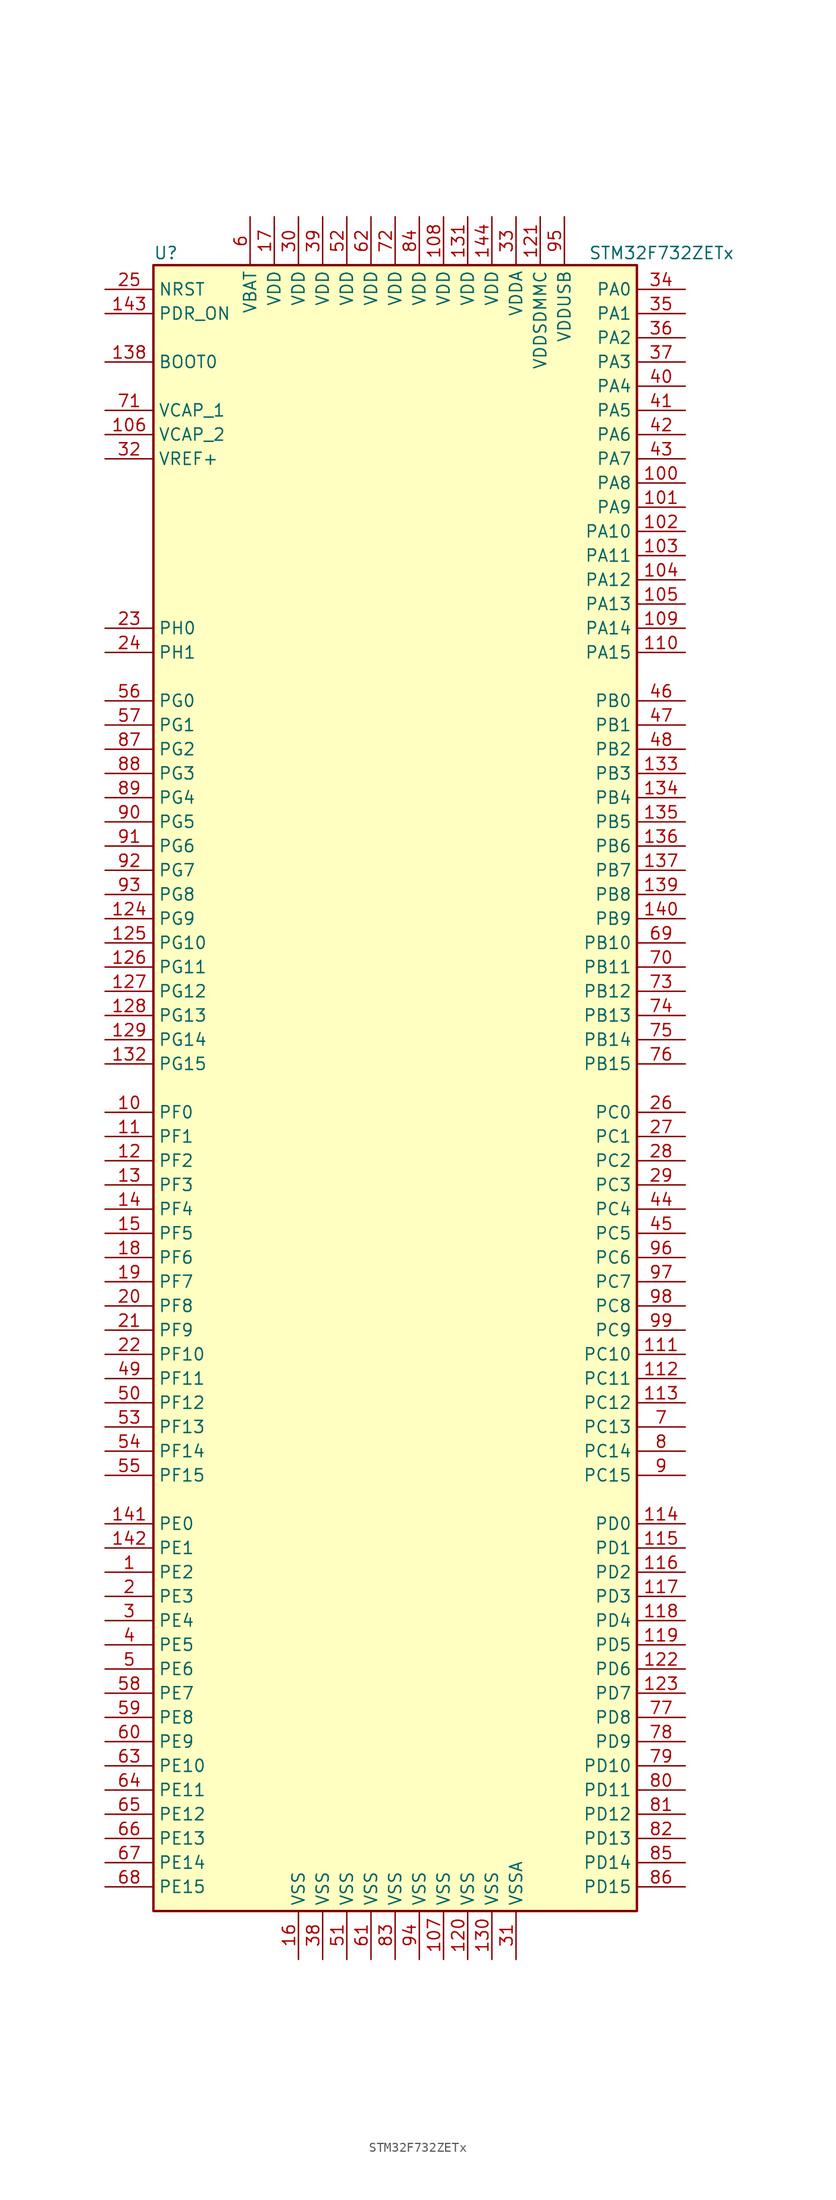
<source format=kicad_sym>
(kicad_symbol_lib
  (version 20220914)
  (generator kicad_symbol_editor)
  (symbol "STM32F732ZETx"
    (property "Reference" "U"
      (at -25.4 87.63 0)
      (effects (font (size 1.27 1.27)) (justify left)))
    (property "Value" "STM32F732ZETx"
      (at 20.32 87.63 0)
      (effects (font (size 1.27 1.27)) (justify left)))
    (symbol "STM32F732ZETx_0_1"
      (rectangle (start -25.4 -86.36) (end 25.4 86.36) (stroke (width 0.254) (type default)) (fill (type background))))
    (symbol "STM32F732ZETx_1_1"
      (pin bidirectional line (at -30.48 -50.8 0) (length 5.08) (name "PE2" (effects (font (size 1.27 1.27)))) (number "1" (effects (font (size 1.27 1.27)))))
      (pin bidirectional line (at -30.48 -2.54 0) (length 5.08) (name "PF0" (effects (font (size 1.27 1.27)))) (number "10" (effects (font (size 1.27 1.27)))))
      (pin bidirectional line (at 30.48 63.5 180) (length 5.08) (name "PA8" (effects (font (size 1.27 1.27)))) (number "100" (effects (font (size 1.27 1.27)))))
      (pin bidirectional line (at 30.48 60.96 180) (length 5.08) (name "PA9" (effects (font (size 1.27 1.27)))) (number "101" (effects (font (size 1.27 1.27)))))
      (pin bidirectional line (at 30.48 58.42 180) (length 5.08) (name "PA10" (effects (font (size 1.27 1.27)))) (number "102" (effects (font (size 1.27 1.27)))))
      (pin bidirectional line (at 30.48 55.88 180) (length 5.08) (name "PA11" (effects (font (size 1.27 1.27)))) (number "103" (effects (font (size 1.27 1.27)))))
      (pin bidirectional line (at 30.48 53.34 180) (length 5.08) (name "PA12" (effects (font (size 1.27 1.27)))) (number "104" (effects (font (size 1.27 1.27)))))
      (pin bidirectional line (at 30.48 50.8 180) (length 5.08) (name "PA13" (effects (font (size 1.27 1.27)))) (number "105" (effects (font (size 1.27 1.27)))))
      (pin power_in line (at -30.48 68.58 0) (length 5.08) (name "VCAP_2" (effects (font (size 1.27 1.27)))) (number "106" (effects (font (size 1.27 1.27)))))
      (pin power_in line (at 5.08 -91.44 90) (length 5.08) (name "VSS" (effects (font (size 1.27 1.27)))) (number "107" (effects (font (size 1.27 1.27)))))
      (pin power_in line (at 5.08 91.44 270) (length 5.08) (name "VDD" (effects (font (size 1.27 1.27)))) (number "108" (effects (font (size 1.27 1.27)))))
      (pin bidirectional line (at 30.48 48.26 180) (length 5.08) (name "PA14" (effects (font (size 1.27 1.27)))) (number "109" (effects (font (size 1.27 1.27)))))
      (pin bidirectional line (at -30.48 -5.08 0) (length 5.08) (name "PF1" (effects (font (size 1.27 1.27)))) (number "11" (effects (font (size 1.27 1.27)))))
      (pin bidirectional line (at 30.48 45.72 180) (length 5.08) (name "PA15" (effects (font (size 1.27 1.27)))) (number "110" (effects (font (size 1.27 1.27)))))
      (pin bidirectional line (at 30.48 -27.94 180) (length 5.08) (name "PC10" (effects (font (size 1.27 1.27)))) (number "111" (effects (font (size 1.27 1.27)))))
      (pin bidirectional line (at 30.48 -30.48 180) (length 5.08) (name "PC11" (effects (font (size 1.27 1.27)))) (number "112" (effects (font (size 1.27 1.27)))))
      (pin bidirectional line (at 30.48 -33.02 180) (length 5.08) (name "PC12" (effects (font (size 1.27 1.27)))) (number "113" (effects (font (size 1.27 1.27)))))
      (pin bidirectional line (at 30.48 -45.72 180) (length 5.08) (name "PD0" (effects (font (size 1.27 1.27)))) (number "114" (effects (font (size 1.27 1.27)))))
      (pin bidirectional line (at 30.48 -48.26 180) (length 5.08) (name "PD1" (effects (font (size 1.27 1.27)))) (number "115" (effects (font (size 1.27 1.27)))))
      (pin bidirectional line (at 30.48 -50.8 180) (length 5.08) (name "PD2" (effects (font (size 1.27 1.27)))) (number "116" (effects (font (size 1.27 1.27)))))
      (pin bidirectional line (at 30.48 -53.34 180) (length 5.08) (name "PD3" (effects (font (size 1.27 1.27)))) (number "117" (effects (font (size 1.27 1.27)))))
      (pin bidirectional line (at 30.48 -55.88 180) (length 5.08) (name "PD4" (effects (font (size 1.27 1.27)))) (number "118" (effects (font (size 1.27 1.27)))))
      (pin bidirectional line (at 30.48 -58.42 180) (length 5.08) (name "PD5" (effects (font (size 1.27 1.27)))) (number "119" (effects (font (size 1.27 1.27)))))
      (pin bidirectional line (at -30.48 -7.62 0) (length 5.08) (name "PF2" (effects (font (size 1.27 1.27)))) (number "12" (effects (font (size 1.27 1.27)))))
      (pin power_in line (at 7.62 -91.44 90) (length 5.08) (name "VSS" (effects (font (size 1.27 1.27)))) (number "120" (effects (font (size 1.27 1.27)))))
      (pin power_in line (at 15.24 91.44 270) (length 5.08) (name "VDDSDMMC" (effects (font (size 1.27 1.27)))) (number "121" (effects (font (size 1.27 1.27)))))
      (pin bidirectional line (at 30.48 -60.96 180) (length 5.08) (name "PD6" (effects (font (size 1.27 1.27)))) (number "122" (effects (font (size 1.27 1.27)))))
      (pin bidirectional line (at 30.48 -63.5 180) (length 5.08) (name "PD7" (effects (font (size 1.27 1.27)))) (number "123" (effects (font (size 1.27 1.27)))))
      (pin bidirectional line (at -30.48 17.78 0) (length 5.08) (name "PG9" (effects (font (size 1.27 1.27)))) (number "124" (effects (font (size 1.27 1.27)))))
      (pin bidirectional line (at -30.48 15.24 0) (length 5.08) (name "PG10" (effects (font (size 1.27 1.27)))) (number "125" (effects (font (size 1.27 1.27)))))
      (pin bidirectional line (at -30.48 12.7 0) (length 5.08) (name "PG11" (effects (font (size 1.27 1.27)))) (number "126" (effects (font (size 1.27 1.27)))))
      (pin bidirectional line (at -30.48 10.16 0) (length 5.08) (name "PG12" (effects (font (size 1.27 1.27)))) (number "127" (effects (font (size 1.27 1.27)))))
      (pin bidirectional line (at -30.48 7.62 0) (length 5.08) (name "PG13" (effects (font (size 1.27 1.27)))) (number "128" (effects (font (size 1.27 1.27)))))
      (pin bidirectional line (at -30.48 5.08 0) (length 5.08) (name "PG14" (effects (font (size 1.27 1.27)))) (number "129" (effects (font (size 1.27 1.27)))))
      (pin bidirectional line (at -30.48 -10.16 0) (length 5.08) (name "PF3" (effects (font (size 1.27 1.27)))) (number "13" (effects (font (size 1.27 1.27)))))
      (pin power_in line (at 10.16 -91.44 90) (length 5.08) (name "VSS" (effects (font (size 1.27 1.27)))) (number "130" (effects (font (size 1.27 1.27)))))
      (pin power_in line (at 7.62 91.44 270) (length 5.08) (name "VDD" (effects (font (size 1.27 1.27)))) (number "131" (effects (font (size 1.27 1.27)))))
      (pin bidirectional line (at -30.48 2.54 0) (length 5.08) (name "PG15" (effects (font (size 1.27 1.27)))) (number "132" (effects (font (size 1.27 1.27)))))
      (pin bidirectional line (at 30.48 33.02 180) (length 5.08) (name "PB3" (effects (font (size 1.27 1.27)))) (number "133" (effects (font (size 1.27 1.27)))))
      (pin bidirectional line (at 30.48 30.48 180) (length 5.08) (name "PB4" (effects (font (size 1.27 1.27)))) (number "134" (effects (font (size 1.27 1.27)))))
      (pin bidirectional line (at 30.48 27.94 180) (length 5.08) (name "PB5" (effects (font (size 1.27 1.27)))) (number "135" (effects (font (size 1.27 1.27)))))
      (pin bidirectional line (at 30.48 25.4 180) (length 5.08) (name "PB6" (effects (font (size 1.27 1.27)))) (number "136" (effects (font (size 1.27 1.27)))))
      (pin bidirectional line (at 30.48 22.86 180) (length 5.08) (name "PB7" (effects (font (size 1.27 1.27)))) (number "137" (effects (font (size 1.27 1.27)))))
      (pin input line (at -30.48 76.2 0) (length 5.08) (name "BOOT0" (effects (font (size 1.27 1.27)))) (number "138" (effects (font (size 1.27 1.27)))))
      (pin bidirectional line (at 30.48 20.32 180) (length 5.08) (name "PB8" (effects (font (size 1.27 1.27)))) (number "139" (effects (font (size 1.27 1.27)))))
      (pin bidirectional line (at -30.48 -12.7 0) (length 5.08) (name "PF4" (effects (font (size 1.27 1.27)))) (number "14" (effects (font (size 1.27 1.27)))))
      (pin bidirectional line (at 30.48 17.78 180) (length 5.08) (name "PB9" (effects (font (size 1.27 1.27)))) (number "140" (effects (font (size 1.27 1.27)))))
      (pin bidirectional line (at -30.48 -45.72 0) (length 5.08) (name "PE0" (effects (font (size 1.27 1.27)))) (number "141" (effects (font (size 1.27 1.27)))))
      (pin bidirectional line (at -30.48 -48.26 0) (length 5.08) (name "PE1" (effects (font (size 1.27 1.27)))) (number "142" (effects (font (size 1.27 1.27)))))
      (pin input line (at -30.48 81.28 0) (length 5.08) (name "PDR_ON" (effects (font (size 1.27 1.27)))) (number "143" (effects (font (size 1.27 1.27)))))
      (pin power_in line (at 10.16 91.44 270) (length 5.08) (name "VDD" (effects (font (size 1.27 1.27)))) (number "144" (effects (font (size 1.27 1.27)))))
      (pin bidirectional line (at -30.48 -15.24 0) (length 5.08) (name "PF5" (effects (font (size 1.27 1.27)))) (number "15" (effects (font (size 1.27 1.27)))))
      (pin power_in line (at -10.16 -91.44 90) (length 5.08) (name "VSS" (effects (font (size 1.27 1.27)))) (number "16" (effects (font (size 1.27 1.27)))))
      (pin power_in line (at -12.7 91.44 270) (length 5.08) (name "VDD" (effects (font (size 1.27 1.27)))) (number "17" (effects (font (size 1.27 1.27)))))
      (pin bidirectional line (at -30.48 -17.78 0) (length 5.08) (name "PF6" (effects (font (size 1.27 1.27)))) (number "18" (effects (font (size 1.27 1.27)))))
      (pin bidirectional line (at -30.48 -20.32 0) (length 5.08) (name "PF7" (effects (font (size 1.27 1.27)))) (number "19" (effects (font (size 1.27 1.27)))))
      (pin bidirectional line (at -30.48 -53.34 0) (length 5.08) (name "PE3" (effects (font (size 1.27 1.27)))) (number "2" (effects (font (size 1.27 1.27)))))
      (pin bidirectional line (at -30.48 -22.86 0) (length 5.08) (name "PF8" (effects (font (size 1.27 1.27)))) (number "20" (effects (font (size 1.27 1.27)))))
      (pin bidirectional line (at -30.48 -25.4 0) (length 5.08) (name "PF9" (effects (font (size 1.27 1.27)))) (number "21" (effects (font (size 1.27 1.27)))))
      (pin bidirectional line (at -30.48 -27.94 0) (length 5.08) (name "PF10" (effects (font (size 1.27 1.27)))) (number "22" (effects (font (size 1.27 1.27)))))
      (pin input line (at -30.48 48.26 0) (length 5.08) (name "PH0" (effects (font (size 1.27 1.27)))) (number "23" (effects (font (size 1.27 1.27)))))
      (pin input line (at -30.48 45.72 0) (length 5.08) (name "PH1" (effects (font (size 1.27 1.27)))) (number "24" (effects (font (size 1.27 1.27)))))
      (pin input line (at -30.48 83.82 0) (length 5.08) (name "NRST" (effects (font (size 1.27 1.27)))) (number "25" (effects (font (size 1.27 1.27)))))
      (pin bidirectional line (at 30.48 -2.54 180) (length 5.08) (name "PC0" (effects (font (size 1.27 1.27)))) (number "26" (effects (font (size 1.27 1.27)))))
      (pin bidirectional line (at 30.48 -5.08 180) (length 5.08) (name "PC1" (effects (font (size 1.27 1.27)))) (number "27" (effects (font (size 1.27 1.27)))))
      (pin bidirectional line (at 30.48 -7.62 180) (length 5.08) (name "PC2" (effects (font (size 1.27 1.27)))) (number "28" (effects (font (size 1.27 1.27)))))
      (pin bidirectional line (at 30.48 -10.16 180) (length 5.08) (name "PC3" (effects (font (size 1.27 1.27)))) (number "29" (effects (font (size 1.27 1.27)))))
      (pin bidirectional line (at -30.48 -55.88 0) (length 5.08) (name "PE4" (effects (font (size 1.27 1.27)))) (number "3" (effects (font (size 1.27 1.27)))))
      (pin power_in line (at -10.16 91.44 270) (length 5.08) (name "VDD" (effects (font (size 1.27 1.27)))) (number "30" (effects (font (size 1.27 1.27)))))
      (pin power_in line (at 12.7 -91.44 90) (length 5.08) (name "VSSA" (effects (font (size 1.27 1.27)))) (number "31" (effects (font (size 1.27 1.27)))))
      (pin power_in line (at -30.48 66.04 0) (length 5.08) (name "VREF+" (effects (font (size 1.27 1.27)))) (number "32" (effects (font (size 1.27 1.27)))))
      (pin power_in line (at 12.7 91.44 270) (length 5.08) (name "VDDA" (effects (font (size 1.27 1.27)))) (number "33" (effects (font (size 1.27 1.27)))))
      (pin bidirectional line (at 30.48 83.82 180) (length 5.08) (name "PA0" (effects (font (size 1.27 1.27)))) (number "34" (effects (font (size 1.27 1.27)))))
      (pin bidirectional line (at 30.48 81.28 180) (length 5.08) (name "PA1" (effects (font (size 1.27 1.27)))) (number "35" (effects (font (size 1.27 1.27)))))
      (pin bidirectional line (at 30.48 78.74 180) (length 5.08) (name "PA2" (effects (font (size 1.27 1.27)))) (number "36" (effects (font (size 1.27 1.27)))))
      (pin bidirectional line (at 30.48 76.2 180) (length 5.08) (name "PA3" (effects (font (size 1.27 1.27)))) (number "37" (effects (font (size 1.27 1.27)))))
      (pin power_in line (at -7.62 -91.44 90) (length 5.08) (name "VSS" (effects (font (size 1.27 1.27)))) (number "38" (effects (font (size 1.27 1.27)))))
      (pin power_in line (at -7.62 91.44 270) (length 5.08) (name "VDD" (effects (font (size 1.27 1.27)))) (number "39" (effects (font (size 1.27 1.27)))))
      (pin bidirectional line (at -30.48 -58.42 0) (length 5.08) (name "PE5" (effects (font (size 1.27 1.27)))) (number "4" (effects (font (size 1.27 1.27)))))
      (pin bidirectional line (at 30.48 73.66 180) (length 5.08) (name "PA4" (effects (font (size 1.27 1.27)))) (number "40" (effects (font (size 1.27 1.27)))))
      (pin bidirectional line (at 30.48 71.12 180) (length 5.08) (name "PA5" (effects (font (size 1.27 1.27)))) (number "41" (effects (font (size 1.27 1.27)))))
      (pin bidirectional line (at 30.48 68.58 180) (length 5.08) (name "PA6" (effects (font (size 1.27 1.27)))) (number "42" (effects (font (size 1.27 1.27)))))
      (pin bidirectional line (at 30.48 66.04 180) (length 5.08) (name "PA7" (effects (font (size 1.27 1.27)))) (number "43" (effects (font (size 1.27 1.27)))))
      (pin bidirectional line (at 30.48 -12.7 180) (length 5.08) (name "PC4" (effects (font (size 1.27 1.27)))) (number "44" (effects (font (size 1.27 1.27)))))
      (pin bidirectional line (at 30.48 -15.24 180) (length 5.08) (name "PC5" (effects (font (size 1.27 1.27)))) (number "45" (effects (font (size 1.27 1.27)))))
      (pin bidirectional line (at 30.48 40.64 180) (length 5.08) (name "PB0" (effects (font (size 1.27 1.27)))) (number "46" (effects (font (size 1.27 1.27)))))
      (pin bidirectional line (at 30.48 38.1 180) (length 5.08) (name "PB1" (effects (font (size 1.27 1.27)))) (number "47" (effects (font (size 1.27 1.27)))))
      (pin bidirectional line (at 30.48 35.56 180) (length 5.08) (name "PB2" (effects (font (size 1.27 1.27)))) (number "48" (effects (font (size 1.27 1.27)))))
      (pin bidirectional line (at -30.48 -30.48 0) (length 5.08) (name "PF11" (effects (font (size 1.27 1.27)))) (number "49" (effects (font (size 1.27 1.27)))))
      (pin bidirectional line (at -30.48 -60.96 0) (length 5.08) (name "PE6" (effects (font (size 1.27 1.27)))) (number "5" (effects (font (size 1.27 1.27)))))
      (pin bidirectional line (at -30.48 -33.02 0) (length 5.08) (name "PF12" (effects (font (size 1.27 1.27)))) (number "50" (effects (font (size 1.27 1.27)))))
      (pin power_in line (at -5.08 -91.44 90) (length 5.08) (name "VSS" (effects (font (size 1.27 1.27)))) (number "51" (effects (font (size 1.27 1.27)))))
      (pin power_in line (at -5.08 91.44 270) (length 5.08) (name "VDD" (effects (font (size 1.27 1.27)))) (number "52" (effects (font (size 1.27 1.27)))))
      (pin bidirectional line (at -30.48 -35.56 0) (length 5.08) (name "PF13" (effects (font (size 1.27 1.27)))) (number "53" (effects (font (size 1.27 1.27)))))
      (pin bidirectional line (at -30.48 -38.1 0) (length 5.08) (name "PF14" (effects (font (size 1.27 1.27)))) (number "54" (effects (font (size 1.27 1.27)))))
      (pin bidirectional line (at -30.48 -40.64 0) (length 5.08) (name "PF15" (effects (font (size 1.27 1.27)))) (number "55" (effects (font (size 1.27 1.27)))))
      (pin bidirectional line (at -30.48 40.64 0) (length 5.08) (name "PG0" (effects (font (size 1.27 1.27)))) (number "56" (effects (font (size 1.27 1.27)))))
      (pin bidirectional line (at -30.48 38.1 0) (length 5.08) (name "PG1" (effects (font (size 1.27 1.27)))) (number "57" (effects (font (size 1.27 1.27)))))
      (pin bidirectional line (at -30.48 -63.5 0) (length 5.08) (name "PE7" (effects (font (size 1.27 1.27)))) (number "58" (effects (font (size 1.27 1.27)))))
      (pin bidirectional line (at -30.48 -66.04 0) (length 5.08) (name "PE8" (effects (font (size 1.27 1.27)))) (number "59" (effects (font (size 1.27 1.27)))))
      (pin power_in line (at -15.24 91.44 270) (length 5.08) (name "VBAT" (effects (font (size 1.27 1.27)))) (number "6" (effects (font (size 1.27 1.27)))))
      (pin bidirectional line (at -30.48 -68.58 0) (length 5.08) (name "PE9" (effects (font (size 1.27 1.27)))) (number "60" (effects (font (size 1.27 1.27)))))
      (pin power_in line (at -2.54 -91.44 90) (length 5.08) (name "VSS" (effects (font (size 1.27 1.27)))) (number "61" (effects (font (size 1.27 1.27)))))
      (pin power_in line (at -2.54 91.44 270) (length 5.08) (name "VDD" (effects (font (size 1.27 1.27)))) (number "62" (effects (font (size 1.27 1.27)))))
      (pin bidirectional line (at -30.48 -71.12 0) (length 5.08) (name "PE10" (effects (font (size 1.27 1.27)))) (number "63" (effects (font (size 1.27 1.27)))))
      (pin bidirectional line (at -30.48 -73.66 0) (length 5.08) (name "PE11" (effects (font (size 1.27 1.27)))) (number "64" (effects (font (size 1.27 1.27)))))
      (pin bidirectional line (at -30.48 -76.2 0) (length 5.08) (name "PE12" (effects (font (size 1.27 1.27)))) (number "65" (effects (font (size 1.27 1.27)))))
      (pin bidirectional line (at -30.48 -78.74 0) (length 5.08) (name "PE13" (effects (font (size 1.27 1.27)))) (number "66" (effects (font (size 1.27 1.27)))))
      (pin bidirectional line (at -30.48 -81.28 0) (length 5.08) (name "PE14" (effects (font (size 1.27 1.27)))) (number "67" (effects (font (size 1.27 1.27)))))
      (pin bidirectional line (at -30.48 -83.82 0) (length 5.08) (name "PE15" (effects (font (size 1.27 1.27)))) (number "68" (effects (font (size 1.27 1.27)))))
      (pin bidirectional line (at 30.48 15.24 180) (length 5.08) (name "PB10" (effects (font (size 1.27 1.27)))) (number "69" (effects (font (size 1.27 1.27)))))
      (pin bidirectional line (at 30.48 -35.56 180) (length 5.08) (name "PC13" (effects (font (size 1.27 1.27)))) (number "7" (effects (font (size 1.27 1.27)))))
      (pin bidirectional line (at 30.48 12.7 180) (length 5.08) (name "PB11" (effects (font (size 1.27 1.27)))) (number "70" (effects (font (size 1.27 1.27)))))
      (pin power_in line (at -30.48 71.12 0) (length 5.08) (name "VCAP_1" (effects (font (size 1.27 1.27)))) (number "71" (effects (font (size 1.27 1.27)))))
      (pin power_in line (at 0 91.44 270) (length 5.08) (name "VDD" (effects (font (size 1.27 1.27)))) (number "72" (effects (font (size 1.27 1.27)))))
      (pin bidirectional line (at 30.48 10.16 180) (length 5.08) (name "PB12" (effects (font (size 1.27 1.27)))) (number "73" (effects (font (size 1.27 1.27)))))
      (pin bidirectional line (at 30.48 7.62 180) (length 5.08) (name "PB13" (effects (font (size 1.27 1.27)))) (number "74" (effects (font (size 1.27 1.27)))))
      (pin bidirectional line (at 30.48 5.08 180) (length 5.08) (name "PB14" (effects (font (size 1.27 1.27)))) (number "75" (effects (font (size 1.27 1.27)))))
      (pin bidirectional line (at 30.48 2.54 180) (length 5.08) (name "PB15" (effects (font (size 1.27 1.27)))) (number "76" (effects (font (size 1.27 1.27)))))
      (pin bidirectional line (at 30.48 -66.04 180) (length 5.08) (name "PD8" (effects (font (size 1.27 1.27)))) (number "77" (effects (font (size 1.27 1.27)))))
      (pin bidirectional line (at 30.48 -68.58 180) (length 5.08) (name "PD9" (effects (font (size 1.27 1.27)))) (number "78" (effects (font (size 1.27 1.27)))))
      (pin bidirectional line (at 30.48 -71.12 180) (length 5.08) (name "PD10" (effects (font (size 1.27 1.27)))) (number "79" (effects (font (size 1.27 1.27)))))
      (pin bidirectional line (at 30.48 -38.1 180) (length 5.08) (name "PC14" (effects (font (size 1.27 1.27)))) (number "8" (effects (font (size 1.27 1.27)))))
      (pin bidirectional line (at 30.48 -73.66 180) (length 5.08) (name "PD11" (effects (font (size 1.27 1.27)))) (number "80" (effects (font (size 1.27 1.27)))))
      (pin bidirectional line (at 30.48 -76.2 180) (length 5.08) (name "PD12" (effects (font (size 1.27 1.27)))) (number "81" (effects (font (size 1.27 1.27)))))
      (pin bidirectional line (at 30.48 -78.74 180) (length 5.08) (name "PD13" (effects (font (size 1.27 1.27)))) (number "82" (effects (font (size 1.27 1.27)))))
      (pin power_in line (at 0 -91.44 90) (length 5.08) (name "VSS" (effects (font (size 1.27 1.27)))) (number "83" (effects (font (size 1.27 1.27)))))
      (pin power_in line (at 2.54 91.44 270) (length 5.08) (name "VDD" (effects (font (size 1.27 1.27)))) (number "84" (effects (font (size 1.27 1.27)))))
      (pin bidirectional line (at 30.48 -81.28 180) (length 5.08) (name "PD14" (effects (font (size 1.27 1.27)))) (number "85" (effects (font (size 1.27 1.27)))))
      (pin bidirectional line (at 30.48 -83.82 180) (length 5.08) (name "PD15" (effects (font (size 1.27 1.27)))) (number "86" (effects (font (size 1.27 1.27)))))
      (pin bidirectional line (at -30.48 35.56 0) (length 5.08) (name "PG2" (effects (font (size 1.27 1.27)))) (number "87" (effects (font (size 1.27 1.27)))))
      (pin bidirectional line (at -30.48 33.02 0) (length 5.08) (name "PG3" (effects (font (size 1.27 1.27)))) (number "88" (effects (font (size 1.27 1.27)))))
      (pin bidirectional line (at -30.48 30.48 0) (length 5.08) (name "PG4" (effects (font (size 1.27 1.27)))) (number "89" (effects (font (size 1.27 1.27)))))
      (pin bidirectional line (at 30.48 -40.64 180) (length 5.08) (name "PC15" (effects (font (size 1.27 1.27)))) (number "9" (effects (font (size 1.27 1.27)))))
      (pin bidirectional line (at -30.48 27.94 0) (length 5.08) (name "PG5" (effects (font (size 1.27 1.27)))) (number "90" (effects (font (size 1.27 1.27)))))
      (pin bidirectional line (at -30.48 25.4 0) (length 5.08) (name "PG6" (effects (font (size 1.27 1.27)))) (number "91" (effects (font (size 1.27 1.27)))))
      (pin bidirectional line (at -30.48 22.86 0) (length 5.08) (name "PG7" (effects (font (size 1.27 1.27)))) (number "92" (effects (font (size 1.27 1.27)))))
      (pin bidirectional line (at -30.48 20.32 0) (length 5.08) (name "PG8" (effects (font (size 1.27 1.27)))) (number "93" (effects (font (size 1.27 1.27)))))
      (pin power_in line (at 2.54 -91.44 90) (length 5.08) (name "VSS" (effects (font (size 1.27 1.27)))) (number "94" (effects (font (size 1.27 1.27)))))
      (pin power_in line (at 17.78 91.44 270) (length 5.08) (name "VDDUSB" (effects (font (size 1.27 1.27)))) (number "95" (effects (font (size 1.27 1.27)))))
      (pin bidirectional line (at 30.48 -17.78 180) (length 5.08) (name "PC6" (effects (font (size 1.27 1.27)))) (number "96" (effects (font (size 1.27 1.27)))))
      (pin bidirectional line (at 30.48 -20.32 180) (length 5.08) (name "PC7" (effects (font (size 1.27 1.27)))) (number "97" (effects (font (size 1.27 1.27)))))
      (pin bidirectional line (at 30.48 -22.86 180) (length 5.08) (name "PC8" (effects (font (size 1.27 1.27)))) (number "98" (effects (font (size 1.27 1.27)))))
      (pin bidirectional line (at 30.48 -25.4 180) (length 5.08) (name "PC9" (effects (font (size 1.27 1.27)))) (number "99" (effects (font (size 1.27 1.27))))))))
</source>
